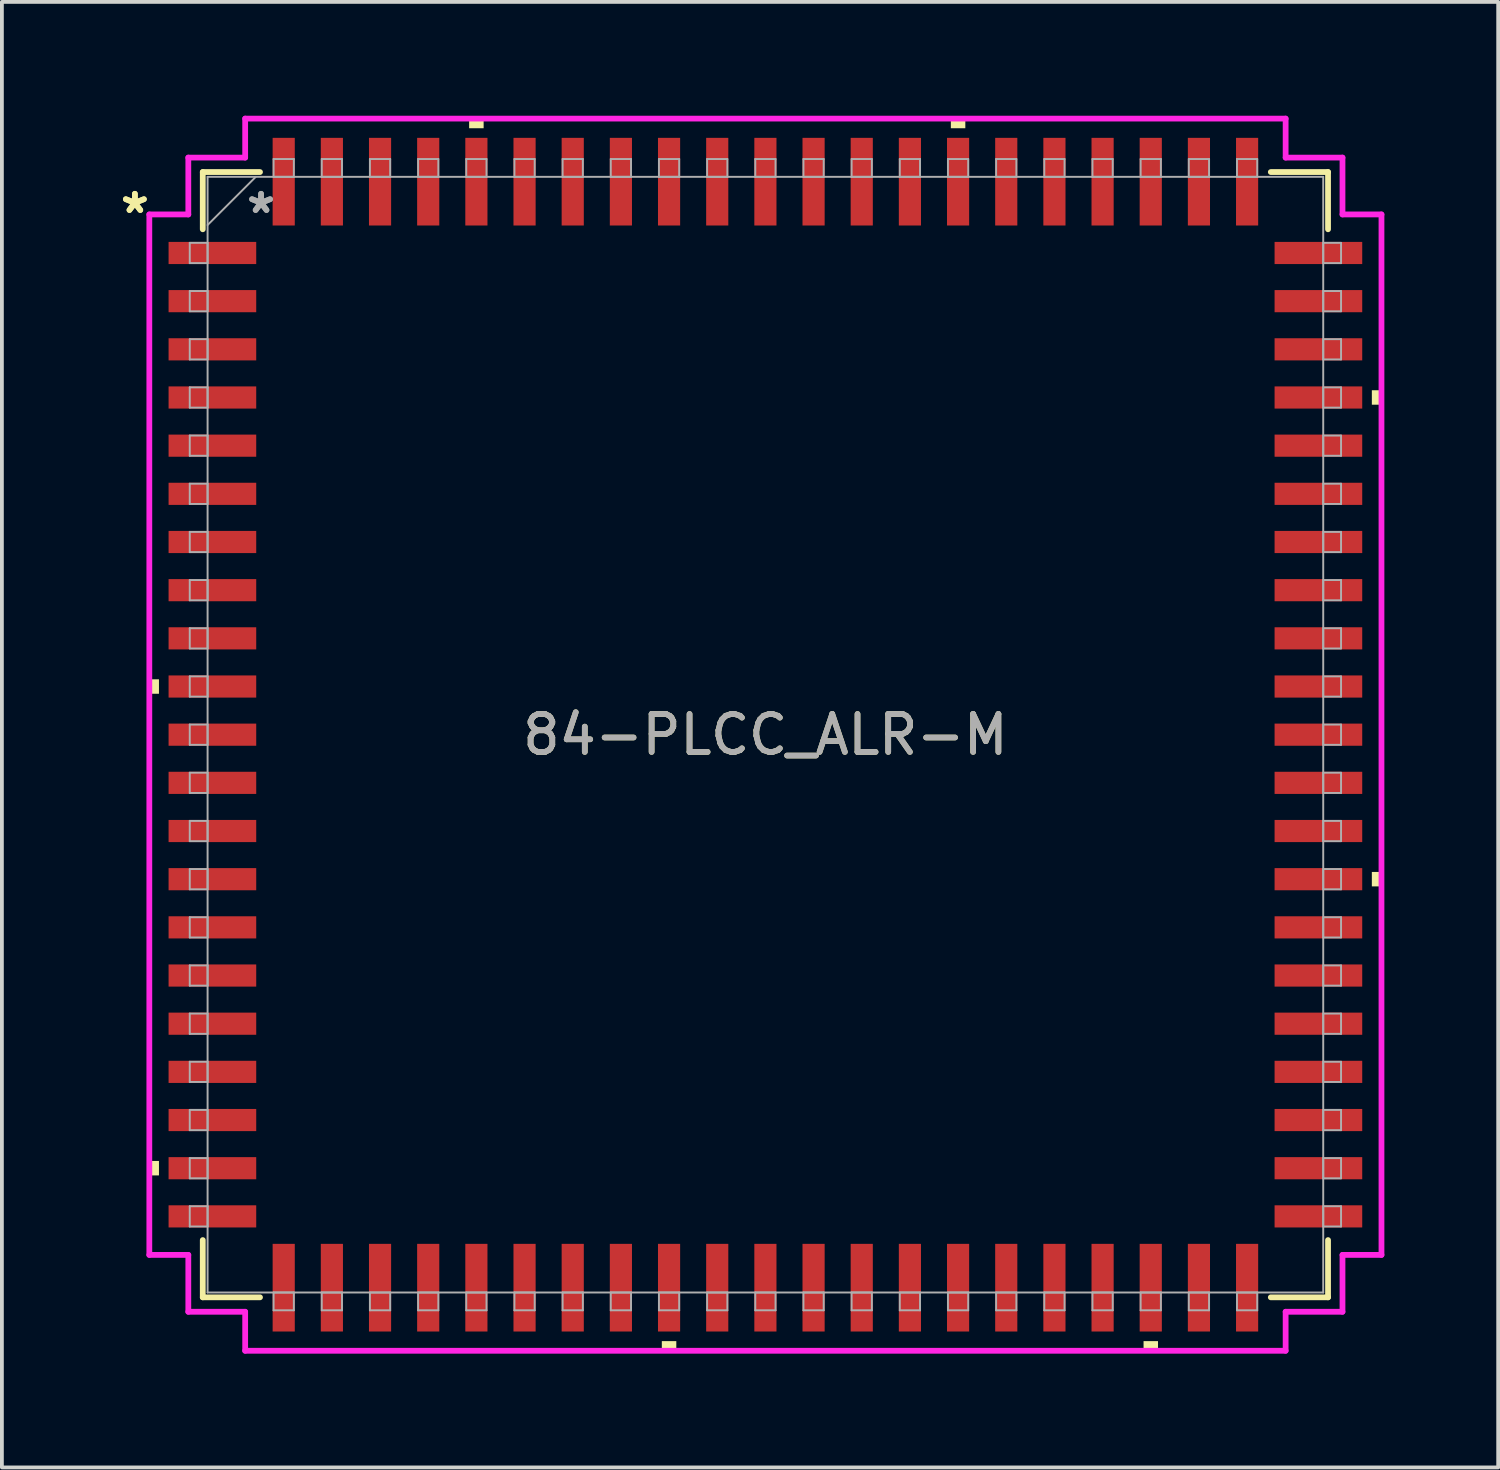
<source format=kicad_pcb>
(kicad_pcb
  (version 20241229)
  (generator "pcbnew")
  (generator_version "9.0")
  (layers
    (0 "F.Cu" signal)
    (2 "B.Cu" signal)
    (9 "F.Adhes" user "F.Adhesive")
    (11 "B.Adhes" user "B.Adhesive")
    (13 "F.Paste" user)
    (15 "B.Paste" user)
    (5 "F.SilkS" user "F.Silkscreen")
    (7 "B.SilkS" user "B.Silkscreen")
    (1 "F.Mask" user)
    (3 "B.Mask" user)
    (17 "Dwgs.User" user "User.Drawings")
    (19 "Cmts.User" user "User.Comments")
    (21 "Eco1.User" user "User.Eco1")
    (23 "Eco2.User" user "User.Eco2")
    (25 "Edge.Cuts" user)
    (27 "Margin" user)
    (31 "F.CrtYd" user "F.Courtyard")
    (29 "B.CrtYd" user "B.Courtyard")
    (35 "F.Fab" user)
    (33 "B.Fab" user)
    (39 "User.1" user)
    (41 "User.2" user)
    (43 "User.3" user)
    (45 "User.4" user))
  (footprint "84-PLCC_ALR-M"
    (layer "F.Cu")
    (at 17.13 16.32)
    (property "Reference" "84-PLCC_ALR-M" (at 0 0 0) (unlocked yes) (layer "F.SilkS") (effects (font (size 1 1) (thickness 0.15))))
    (attr smd)
    (fp_line (start -14.834 -14.834) (end -14.834 -13.325) (stroke (width 0.152) (type solid)) (layer "F.SilkS"))
    (fp_line (start -14.834 13.325) (end -14.834 14.834) (stroke (width 0.152) (type solid)) (layer "F.SilkS"))
    (fp_line (start -14.834 14.834) (end -13.325 14.834) (stroke (width 0.152) (type solid)) (layer "F.SilkS"))
    (fp_line (start -13.325 -14.834) (end -14.834 -14.834) (stroke (width 0.152) (type solid)) (layer "F.SilkS"))
    (fp_line (start 13.325 14.834) (end 14.834 14.834) (stroke (width 0.152) (type solid)) (layer "F.SilkS"))
    (fp_line (start 14.834 -14.834) (end 13.325 -14.834) (stroke (width 0.152) (type solid)) (layer "F.SilkS"))
    (fp_line (start 14.834 -13.325) (end 14.834 -14.834) (stroke (width 0.152) (type solid)) (layer "F.SilkS"))
    (fp_line (start 14.834 14.834) (end 14.834 13.325) (stroke (width 0.152) (type solid)) (layer "F.SilkS"))
    (fp_poly (pts (xy -16.243 -1.46) (xy -16.243 -1.079) (xy -15.989 -1.079) (xy -15.989 -1.46)) (stroke (width 0) (type solid)) (fill yes) (layer "F.SilkS"))
    (fp_poly (pts (xy -16.243 11.239) (xy -16.243 11.62) (xy -15.989 11.62) (xy -15.989 11.239)) (stroke (width 0) (type solid)) (fill yes) (layer "F.SilkS"))
    (fp_poly (pts (xy -7.811 -15.989) (xy -7.811 -16.243) (xy -7.429 -16.243) (xy -7.429 -15.989)) (stroke (width 0) (type solid)) (fill yes) (layer "F.SilkS"))
    (fp_poly (pts (xy -2.731 15.989) (xy -2.731 16.243) (xy -2.349 16.243) (xy -2.349 15.989)) (stroke (width 0) (type solid)) (fill yes) (layer "F.SilkS"))
    (fp_poly (pts (xy 4.889 -15.989) (xy 4.889 -16.243) (xy 5.271 -16.243) (xy 5.271 -15.989)) (stroke (width 0) (type solid)) (fill yes) (layer "F.SilkS"))
    (fp_poly (pts (xy 9.97 15.989) (xy 9.97 16.243) (xy 10.351 16.243) (xy 10.351 15.989)) (stroke (width 0) (type solid)) (fill yes) (layer "F.SilkS"))
    (fp_poly (pts (xy 16.243 -9.081) (xy 16.243 -8.7) (xy 15.989 -8.7) (xy 15.989 -9.081)) (stroke (width 0) (type solid)) (fill yes) (layer "F.SilkS"))
    (fp_poly (pts (xy 16.243 3.619) (xy 16.243 4) (xy 15.989 4) (xy 15.989 3.619)) (stroke (width 0) (type solid)) (fill yes) (layer "F.SilkS"))
    (fp_line (start -16.243 -13.716) (end -15.215 -13.716) (stroke (width 0.152) (type solid)) (layer "F.CrtYd"))
    (fp_line (start -16.243 13.716) (end -16.243 -13.716) (stroke (width 0.152) (type solid)) (layer "F.CrtYd"))
    (fp_line (start -16.243 13.716) (end -15.215 13.716) (stroke (width 0.152) (type solid)) (layer "F.CrtYd"))
    (fp_line (start -15.215 -15.215) (end -13.716 -15.215) (stroke (width 0.152) (type solid)) (layer "F.CrtYd"))
    (fp_line (start -15.215 -13.716) (end -15.215 -15.215) (stroke (width 0.152) (type solid)) (layer "F.CrtYd"))
    (fp_line (start -15.215 15.215) (end -15.215 13.716) (stroke (width 0.152) (type solid)) (layer "F.CrtYd"))
    (fp_line (start -13.716 -16.243) (end 13.716 -16.243) (stroke (width 0.152) (type solid)) (layer "F.CrtYd"))
    (fp_line (start -13.716 -15.215) (end -13.716 -16.243) (stroke (width 0.152) (type solid)) (layer "F.CrtYd"))
    (fp_line (start -13.716 15.215) (end -15.215 15.215) (stroke (width 0.152) (type solid)) (layer "F.CrtYd"))
    (fp_line (start -13.716 16.243) (end -13.716 15.215) (stroke (width 0.152) (type solid)) (layer "F.CrtYd"))
    (fp_line (start 13.716 -16.243) (end 13.716 -15.215) (stroke (width 0.152) (type solid)) (layer "F.CrtYd"))
    (fp_line (start 13.716 -15.215) (end 15.215 -15.215) (stroke (width 0.152) (type solid)) (layer "F.CrtYd"))
    (fp_line (start 13.716 15.215) (end 13.716 16.243) (stroke (width 0.152) (type solid)) (layer "F.CrtYd"))
    (fp_line (start 13.716 16.243) (end -13.716 16.243) (stroke (width 0.152) (type solid)) (layer "F.CrtYd"))
    (fp_line (start 15.215 -15.215) (end 15.215 -13.716) (stroke (width 0.152) (type solid)) (layer "F.CrtYd"))
    (fp_line (start 15.215 -13.716) (end 16.243 -13.716) (stroke (width 0.152) (type solid)) (layer "F.CrtYd"))
    (fp_line (start 15.215 13.716) (end 15.215 15.215) (stroke (width 0.152) (type solid)) (layer "F.CrtYd"))
    (fp_line (start 15.215 15.215) (end 13.716 15.215) (stroke (width 0.152) (type solid)) (layer "F.CrtYd"))
    (fp_line (start 16.243 -13.716) (end 16.243 13.716) (stroke (width 0.152) (type solid)) (layer "F.CrtYd"))
    (fp_line (start 16.243 13.716) (end 15.215 13.716) (stroke (width 0.152) (type solid)) (layer "F.CrtYd"))
    (fp_line (start -15.177 -12.967) (end -15.177 -12.433) (stroke (width 0.051) (type solid)) (layer "F.Fab"))
    (fp_line (start -15.177 -12.433) (end -14.707 -12.433) (stroke (width 0.051) (type solid)) (layer "F.Fab"))
    (fp_line (start -15.177 -11.697) (end -15.177 -11.163) (stroke (width 0.051) (type solid)) (layer "F.Fab"))
    (fp_line (start -15.177 -11.163) (end -14.707 -11.163) (stroke (width 0.051) (type solid)) (layer "F.Fab"))
    (fp_line (start -15.177 -10.427) (end -15.177 -9.893) (stroke (width 0.051) (type solid)) (layer "F.Fab"))
    (fp_line (start -15.177 -9.893) (end -14.707 -9.893) (stroke (width 0.051) (type solid)) (layer "F.Fab"))
    (fp_line (start -15.177 -9.157) (end -15.177 -8.623) (stroke (width 0.051) (type solid)) (layer "F.Fab"))
    (fp_line (start -15.177 -8.623) (end -14.707 -8.623) (stroke (width 0.051) (type solid)) (layer "F.Fab"))
    (fp_line (start -15.177 -7.887) (end -15.177 -7.353) (stroke (width 0.051) (type solid)) (layer "F.Fab"))
    (fp_line (start -15.177 -7.353) (end -14.707 -7.353) (stroke (width 0.051) (type solid)) (layer "F.Fab"))
    (fp_line (start -15.177 -6.617) (end -15.177 -6.083) (stroke (width 0.051) (type solid)) (layer "F.Fab"))
    (fp_line (start -15.177 -6.083) (end -14.707 -6.083) (stroke (width 0.051) (type solid)) (layer "F.Fab"))
    (fp_line (start -15.177 -5.347) (end -15.177 -4.813) (stroke (width 0.051) (type solid)) (layer "F.Fab"))
    (fp_line (start -15.177 -4.813) (end -14.707 -4.813) (stroke (width 0.051) (type solid)) (layer "F.Fab"))
    (fp_line (start -15.177 -4.077) (end -15.177 -3.543) (stroke (width 0.051) (type solid)) (layer "F.Fab"))
    (fp_line (start -15.177 -3.543) (end -14.707 -3.543) (stroke (width 0.051) (type solid)) (layer "F.Fab"))
    (fp_line (start -15.177 -2.807) (end -15.177 -2.273) (stroke (width 0.051) (type solid)) (layer "F.Fab"))
    (fp_line (start -15.177 -2.273) (end -14.707 -2.273) (stroke (width 0.051) (type solid)) (layer "F.Fab"))
    (fp_line (start -15.177 -1.537) (end -15.177 -1.003) (stroke (width 0.051) (type solid)) (layer "F.Fab"))
    (fp_line (start -15.177 -1.003) (end -14.707 -1.003) (stroke (width 0.051) (type solid)) (layer "F.Fab"))
    (fp_line (start -15.177 -0.267) (end -15.177 0.267) (stroke (width 0.051) (type solid)) (layer "F.Fab"))
    (fp_line (start -15.177 0.267) (end -14.707 0.267) (stroke (width 0.051) (type solid)) (layer "F.Fab"))
    (fp_line (start -15.177 1.003) (end -15.177 1.537) (stroke (width 0.051) (type solid)) (layer "F.Fab"))
    (fp_line (start -15.177 1.537) (end -14.707 1.537) (stroke (width 0.051) (type solid)) (layer "F.Fab"))
    (fp_line (start -15.177 2.273) (end -15.177 2.807) (stroke (width 0.051) (type solid)) (layer "F.Fab"))
    (fp_line (start -15.177 2.807) (end -14.707 2.807) (stroke (width 0.051) (type solid)) (layer "F.Fab"))
    (fp_line (start -15.177 3.543) (end -15.177 4.077) (stroke (width 0.051) (type solid)) (layer "F.Fab"))
    (fp_line (start -15.177 4.077) (end -14.707 4.077) (stroke (width 0.051) (type solid)) (layer "F.Fab"))
    (fp_line (start -15.177 4.813) (end -15.177 5.347) (stroke (width 0.051) (type solid)) (layer "F.Fab"))
    (fp_line (start -15.177 5.347) (end -14.707 5.347) (stroke (width 0.051) (type solid)) (layer "F.Fab"))
    (fp_line (start -15.177 6.083) (end -15.177 6.617) (stroke (width 0.051) (type solid)) (layer "F.Fab"))
    (fp_line (start -15.177 6.617) (end -14.707 6.617) (stroke (width 0.051) (type solid)) (layer "F.Fab"))
    (fp_line (start -15.177 7.353) (end -15.177 7.887) (stroke (width 0.051) (type solid)) (layer "F.Fab"))
    (fp_line (start -15.177 7.887) (end -14.707 7.887) (stroke (width 0.051) (type solid)) (layer "F.Fab"))
    (fp_line (start -15.177 8.623) (end -15.177 9.157) (stroke (width 0.051) (type solid)) (layer "F.Fab"))
    (fp_line (start -15.177 9.157) (end -14.707 9.157) (stroke (width 0.051) (type solid)) (layer "F.Fab"))
    (fp_line (start -15.177 9.893) (end -15.177 10.427) (stroke (width 0.051) (type solid)) (layer "F.Fab"))
    (fp_line (start -15.177 10.427) (end -14.707 10.427) (stroke (width 0.051) (type solid)) (layer "F.Fab"))
    (fp_line (start -15.177 11.163) (end -15.177 11.697) (stroke (width 0.051) (type solid)) (layer "F.Fab"))
    (fp_line (start -15.177 11.697) (end -14.707 11.697) (stroke (width 0.051) (type solid)) (layer "F.Fab"))
    (fp_line (start -15.177 12.433) (end -15.177 12.967) (stroke (width 0.051) (type solid)) (layer "F.Fab"))
    (fp_line (start -15.177 12.967) (end -14.707 12.967) (stroke (width 0.051) (type solid)) (layer "F.Fab"))
    (fp_line (start -14.707 -14.707) (end -14.707 14.707) (stroke (width 0.051) (type solid)) (layer "F.Fab"))
    (fp_line (start -14.707 -13.437) (end -13.437 -14.707) (stroke (width 0.051) (type solid)) (layer "F.Fab"))
    (fp_line (start -14.707 -12.967) (end -15.177 -12.967) (stroke (width 0.051) (type solid)) (layer "F.Fab"))
    (fp_line (start -14.707 -12.433) (end -14.707 -12.967) (stroke (width 0.051) (type solid)) (layer "F.Fab"))
    (fp_line (start -14.707 -11.697) (end -15.177 -11.697) (stroke (width 0.051) (type solid)) (layer "F.Fab"))
    (fp_line (start -14.707 -11.163) (end -14.707 -11.697) (stroke (width 0.051) (type solid)) (layer "F.Fab"))
    (fp_line (start -14.707 -10.427) (end -15.177 -10.427) (stroke (width 0.051) (type solid)) (layer "F.Fab"))
    (fp_line (start -14.707 -9.893) (end -14.707 -10.427) (stroke (width 0.051) (type solid)) (layer "F.Fab"))
    (fp_line (start -14.707 -9.157) (end -15.177 -9.157) (stroke (width 0.051) (type solid)) (layer "F.Fab"))
    (fp_line (start -14.707 -8.623) (end -14.707 -9.157) (stroke (width 0.051) (type solid)) (layer "F.Fab"))
    (fp_line (start -14.707 -7.887) (end -15.177 -7.887) (stroke (width 0.051) (type solid)) (layer "F.Fab"))
    (fp_line (start -14.707 -7.353) (end -14.707 -7.887) (stroke (width 0.051) (type solid)) (layer "F.Fab"))
    (fp_line (start -14.707 -6.617) (end -15.177 -6.617) (stroke (width 0.051) (type solid)) (layer "F.Fab"))
    (fp_line (start -14.707 -6.083) (end -14.707 -6.617) (stroke (width 0.051) (type solid)) (layer "F.Fab"))
    (fp_line (start -14.707 -5.347) (end -15.177 -5.347) (stroke (width 0.051) (type solid)) (layer "F.Fab"))
    (fp_line (start -14.707 -4.813) (end -14.707 -5.347) (stroke (width 0.051) (type solid)) (layer "F.Fab"))
    (fp_line (start -14.707 -4.077) (end -15.177 -4.077) (stroke (width 0.051) (type solid)) (layer "F.Fab"))
    (fp_line (start -14.707 -3.543) (end -14.707 -4.077) (stroke (width 0.051) (type solid)) (layer "F.Fab"))
    (fp_line (start -14.707 -2.807) (end -15.177 -2.807) (stroke (width 0.051) (type solid)) (layer "F.Fab"))
    (fp_line (start -14.707 -2.273) (end -14.707 -2.807) (stroke (width 0.051) (type solid)) (layer "F.Fab"))
    (fp_line (start -14.707 -1.537) (end -15.177 -1.537) (stroke (width 0.051) (type solid)) (layer "F.Fab"))
    (fp_line (start -14.707 -1.003) (end -14.707 -1.537) (stroke (width 0.051) (type solid)) (layer "F.Fab"))
    (fp_line (start -14.707 -0.267) (end -15.177 -0.267) (stroke (width 0.051) (type solid)) (layer "F.Fab"))
    (fp_line (start -14.707 0.267) (end -14.707 -0.267) (stroke (width 0.051) (type solid)) (layer "F.Fab"))
    (fp_line (start -14.707 1.003) (end -15.177 1.003) (stroke (width 0.051) (type solid)) (layer "F.Fab"))
    (fp_line (start -14.707 1.537) (end -14.707 1.003) (stroke (width 0.051) (type solid)) (layer "F.Fab"))
    (fp_line (start -14.707 2.273) (end -15.177 2.273) (stroke (width 0.051) (type solid)) (layer "F.Fab"))
    (fp_line (start -14.707 2.807) (end -14.707 2.273) (stroke (width 0.051) (type solid)) (layer "F.Fab"))
    (fp_line (start -14.707 3.543) (end -15.177 3.543) (stroke (width 0.051) (type solid)) (layer "F.Fab"))
    (fp_line (start -14.707 4.077) (end -14.707 3.543) (stroke (width 0.051) (type solid)) (layer "F.Fab"))
    (fp_line (start -14.707 4.813) (end -15.177 4.813) (stroke (width 0.051) (type solid)) (layer "F.Fab"))
    (fp_line (start -14.707 5.347) (end -14.707 4.813) (stroke (width 0.051) (type solid)) (layer "F.Fab"))
    (fp_line (start -14.707 6.083) (end -15.177 6.083) (stroke (width 0.051) (type solid)) (layer "F.Fab"))
    (fp_line (start -14.707 6.617) (end -14.707 6.083) (stroke (width 0.051) (type solid)) (layer "F.Fab"))
    (fp_line (start -14.707 7.353) (end -15.177 7.353) (stroke (width 0.051) (type solid)) (layer "F.Fab"))
    (fp_line (start -14.707 7.887) (end -14.707 7.353) (stroke (width 0.051) (type solid)) (layer "F.Fab"))
    (fp_line (start -14.707 8.623) (end -15.177 8.623) (stroke (width 0.051) (type solid)) (layer "F.Fab"))
    (fp_line (start -14.707 9.157) (end -14.707 8.623) (stroke (width 0.051) (type solid)) (layer "F.Fab"))
    (fp_line (start -14.707 9.893) (end -15.177 9.893) (stroke (width 0.051) (type solid)) (layer "F.Fab"))
    (fp_line (start -14.707 10.427) (end -14.707 9.893) (stroke (width 0.051) (type solid)) (layer "F.Fab"))
    (fp_line (start -14.707 11.163) (end -15.177 11.163) (stroke (width 0.051) (type solid)) (layer "F.Fab"))
    (fp_line (start -14.707 11.697) (end -14.707 11.163) (stroke (width 0.051) (type solid)) (layer "F.Fab"))
    (fp_line (start -14.707 12.433) (end -15.177 12.433) (stroke (width 0.051) (type solid)) (layer "F.Fab"))
    (fp_line (start -14.707 12.967) (end -14.707 12.433) (stroke (width 0.051) (type solid)) (layer "F.Fab"))
    (fp_line (start -14.707 14.707) (end 14.707 14.707) (stroke (width 0.051) (type solid)) (layer "F.Fab"))
    (fp_line (start -12.967 -15.177) (end -12.967 -14.707) (stroke (width 0.051) (type solid)) (layer "F.Fab"))
    (fp_line (start -12.967 -14.707) (end -12.433 -14.707) (stroke (width 0.051) (type solid)) (layer "F.Fab"))
    (fp_line (start -12.967 14.707) (end -12.967 15.177) (stroke (width 0.051) (type solid)) (layer "F.Fab"))
    (fp_line (start -12.967 15.177) (end -12.433 15.177) (stroke (width 0.051) (type solid)) (layer "F.Fab"))
    (fp_line (start -12.433 -15.177) (end -12.967 -15.177) (stroke (width 0.051) (type solid)) (layer "F.Fab"))
    (fp_line (start -12.433 -14.707) (end -12.433 -15.177) (stroke (width 0.051) (type solid)) (layer "F.Fab"))
    (fp_line (start -12.433 14.707) (end -12.967 14.707) (stroke (width 0.051) (type solid)) (layer "F.Fab"))
    (fp_line (start -12.433 15.177) (end -12.433 14.707) (stroke (width 0.051) (type solid)) (layer "F.Fab"))
    (fp_line (start -11.697 -15.177) (end -11.697 -14.707) (stroke (width 0.051) (type solid)) (layer "F.Fab"))
    (fp_line (start -11.697 -14.707) (end -11.163 -14.707) (stroke (width 0.051) (type solid)) (layer "F.Fab"))
    (fp_line (start -11.697 14.707) (end -11.697 15.177) (stroke (width 0.051) (type solid)) (layer "F.Fab"))
    (fp_line (start -11.697 15.177) (end -11.163 15.177) (stroke (width 0.051) (type solid)) (layer "F.Fab"))
    (fp_line (start -11.163 -15.177) (end -11.697 -15.177) (stroke (width 0.051) (type solid)) (layer "F.Fab"))
    (fp_line (start -11.163 -14.707) (end -11.163 -15.177) (stroke (width 0.051) (type solid)) (layer "F.Fab"))
    (fp_line (start -11.163 14.707) (end -11.697 14.707) (stroke (width 0.051) (type solid)) (layer "F.Fab"))
    (fp_line (start -11.163 15.177) (end -11.163 14.707) (stroke (width 0.051) (type solid)) (layer "F.Fab"))
    (fp_line (start -10.427 -15.177) (end -10.427 -14.707) (stroke (width 0.051) (type solid)) (layer "F.Fab"))
    (fp_line (start -10.427 -14.707) (end -9.893 -14.707) (stroke (width 0.051) (type solid)) (layer "F.Fab"))
    (fp_line (start -10.427 14.707) (end -10.427 15.177) (stroke (width 0.051) (type solid)) (layer "F.Fab"))
    (fp_line (start -10.427 15.177) (end -9.893 15.177) (stroke (width 0.051) (type solid)) (layer "F.Fab"))
    (fp_line (start -9.893 -15.177) (end -10.427 -15.177) (stroke (width 0.051) (type solid)) (layer "F.Fab"))
    (fp_line (start -9.893 -14.707) (end -9.893 -15.177) (stroke (width 0.051) (type solid)) (layer "F.Fab"))
    (fp_line (start -9.893 14.707) (end -10.427 14.707) (stroke (width 0.051) (type solid)) (layer "F.Fab"))
    (fp_line (start -9.893 15.177) (end -9.893 14.707) (stroke (width 0.051) (type solid)) (layer "F.Fab"))
    (fp_line (start -9.157 -15.177) (end -9.157 -14.707) (stroke (width 0.051) (type solid)) (layer "F.Fab"))
    (fp_line (start -9.157 -14.707) (end -8.623 -14.707) (stroke (width 0.051) (type solid)) (layer "F.Fab"))
    (fp_line (start -9.157 14.707) (end -9.157 15.177) (stroke (width 0.051) (type solid)) (layer "F.Fab"))
    (fp_line (start -9.157 15.177) (end -8.623 15.177) (stroke (width 0.051) (type solid)) (layer "F.Fab"))
    (fp_line (start -8.623 -15.177) (end -9.157 -15.177) (stroke (width 0.051) (type solid)) (layer "F.Fab"))
    (fp_line (start -8.623 -14.707) (end -8.623 -15.177) (stroke (width 0.051) (type solid)) (layer "F.Fab"))
    (fp_line (start -8.623 14.707) (end -9.157 14.707) (stroke (width 0.051) (type solid)) (layer "F.Fab"))
    (fp_line (start -8.623 15.177) (end -8.623 14.707) (stroke (width 0.051) (type solid)) (layer "F.Fab"))
    (fp_line (start -7.887 -15.177) (end -7.887 -14.707) (stroke (width 0.051) (type solid)) (layer "F.Fab"))
    (fp_line (start -7.887 -14.707) (end -7.353 -14.707) (stroke (width 0.051) (type solid)) (layer "F.Fab"))
    (fp_line (start -7.887 14.707) (end -7.887 15.177) (stroke (width 0.051) (type solid)) (layer "F.Fab"))
    (fp_line (start -7.887 15.177) (end -7.353 15.177) (stroke (width 0.051) (type solid)) (layer "F.Fab"))
    (fp_line (start -7.353 -15.177) (end -7.887 -15.177) (stroke (width 0.051) (type solid)) (layer "F.Fab"))
    (fp_line (start -7.353 -14.707) (end -7.353 -15.177) (stroke (width 0.051) (type solid)) (layer "F.Fab"))
    (fp_line (start -7.353 14.707) (end -7.887 14.707) (stroke (width 0.051) (type solid)) (layer "F.Fab"))
    (fp_line (start -7.353 15.177) (end -7.353 14.707) (stroke (width 0.051) (type solid)) (layer "F.Fab"))
    (fp_line (start -6.617 -15.177) (end -6.617 -14.707) (stroke (width 0.051) (type solid)) (layer "F.Fab"))
    (fp_line (start -6.617 -14.707) (end -6.083 -14.707) (stroke (width 0.051) (type solid)) (layer "F.Fab"))
    (fp_line (start -6.617 14.707) (end -6.617 15.177) (stroke (width 0.051) (type solid)) (layer "F.Fab"))
    (fp_line (start -6.617 15.177) (end -6.083 15.177) (stroke (width 0.051) (type solid)) (layer "F.Fab"))
    (fp_line (start -6.083 -15.177) (end -6.617 -15.177) (stroke (width 0.051) (type solid)) (layer "F.Fab"))
    (fp_line (start -6.083 -14.707) (end -6.083 -15.177) (stroke (width 0.051) (type solid)) (layer "F.Fab"))
    (fp_line (start -6.083 14.707) (end -6.617 14.707) (stroke (width 0.051) (type solid)) (layer "F.Fab"))
    (fp_line (start -6.083 15.177) (end -6.083 14.707) (stroke (width 0.051) (type solid)) (layer "F.Fab"))
    (fp_line (start -5.347 -15.177) (end -5.347 -14.707) (stroke (width 0.051) (type solid)) (layer "F.Fab"))
    (fp_line (start -5.347 -14.707) (end -4.813 -14.707) (stroke (width 0.051) (type solid)) (layer "F.Fab"))
    (fp_line (start -5.347 14.707) (end -5.347 15.177) (stroke (width 0.051) (type solid)) (layer "F.Fab"))
    (fp_line (start -5.347 15.177) (end -4.813 15.177) (stroke (width 0.051) (type solid)) (layer "F.Fab"))
    (fp_line (start -4.813 -15.177) (end -5.347 -15.177) (stroke (width 0.051) (type solid)) (layer "F.Fab"))
    (fp_line (start -4.813 -14.707) (end -4.813 -15.177) (stroke (width 0.051) (type solid)) (layer "F.Fab"))
    (fp_line (start -4.813 14.707) (end -5.347 14.707) (stroke (width 0.051) (type solid)) (layer "F.Fab"))
    (fp_line (start -4.813 15.177) (end -4.813 14.707) (stroke (width 0.051) (type solid)) (layer "F.Fab"))
    (fp_line (start -4.077 -15.177) (end -4.077 -14.707) (stroke (width 0.051) (type solid)) (layer "F.Fab"))
    (fp_line (start -4.077 -14.707) (end -3.543 -14.707) (stroke (width 0.051) (type solid)) (layer "F.Fab"))
    (fp_line (start -4.077 14.707) (end -4.077 15.177) (stroke (width 0.051) (type solid)) (layer "F.Fab"))
    (fp_line (start -4.077 15.177) (end -3.543 15.177) (stroke (width 0.051) (type solid)) (layer "F.Fab"))
    (fp_line (start -3.543 -15.177) (end -4.077 -15.177) (stroke (width 0.051) (type solid)) (layer "F.Fab"))
    (fp_line (start -3.543 -14.707) (end -3.543 -15.177) (stroke (width 0.051) (type solid)) (layer "F.Fab"))
    (fp_line (start -3.543 14.707) (end -4.077 14.707) (stroke (width 0.051) (type solid)) (layer "F.Fab"))
    (fp_line (start -3.543 15.177) (end -3.543 14.707) (stroke (width 0.051) (type solid)) (layer "F.Fab"))
    (fp_line (start -2.807 -15.177) (end -2.807 -14.707) (stroke (width 0.051) (type solid)) (layer "F.Fab"))
    (fp_line (start -2.807 -14.707) (end -2.273 -14.707) (stroke (width 0.051) (type solid)) (layer "F.Fab"))
    (fp_line (start -2.807 14.707) (end -2.807 15.177) (stroke (width 0.051) (type solid)) (layer "F.Fab"))
    (fp_line (start -2.807 15.177) (end -2.273 15.177) (stroke (width 0.051) (type solid)) (layer "F.Fab"))
    (fp_line (start -2.273 -15.177) (end -2.807 -15.177) (stroke (width 0.051) (type solid)) (layer "F.Fab"))
    (fp_line (start -2.273 -14.707) (end -2.273 -15.177) (stroke (width 0.051) (type solid)) (layer "F.Fab"))
    (fp_line (start -2.273 14.707) (end -2.807 14.707) (stroke (width 0.051) (type solid)) (layer "F.Fab"))
    (fp_line (start -2.273 15.177) (end -2.273 14.707) (stroke (width 0.051) (type solid)) (layer "F.Fab"))
    (fp_line (start -1.537 -15.177) (end -1.537 -14.707) (stroke (width 0.051) (type solid)) (layer "F.Fab"))
    (fp_line (start -1.537 -14.707) (end -1.003 -14.707) (stroke (width 0.051) (type solid)) (layer "F.Fab"))
    (fp_line (start -1.537 14.707) (end -1.537 15.177) (stroke (width 0.051) (type solid)) (layer "F.Fab"))
    (fp_line (start -1.537 15.177) (end -1.003 15.177) (stroke (width 0.051) (type solid)) (layer "F.Fab"))
    (fp_line (start -1.003 -15.177) (end -1.537 -15.177) (stroke (width 0.051) (type solid)) (layer "F.Fab"))
    (fp_line (start -1.003 -14.707) (end -1.003 -15.177) (stroke (width 0.051) (type solid)) (layer "F.Fab"))
    (fp_line (start -1.003 14.707) (end -1.537 14.707) (stroke (width 0.051) (type solid)) (layer "F.Fab"))
    (fp_line (start -1.003 15.177) (end -1.003 14.707) (stroke (width 0.051) (type solid)) (layer "F.Fab"))
    (fp_line (start -0.267 -15.177) (end -0.267 -14.707) (stroke (width 0.051) (type solid)) (layer "F.Fab"))
    (fp_line (start -0.267 -14.707) (end 0.267 -14.707) (stroke (width 0.051) (type solid)) (layer "F.Fab"))
    (fp_line (start -0.267 14.707) (end -0.267 15.177) (stroke (width 0.051) (type solid)) (layer "F.Fab"))
    (fp_line (start -0.267 15.177) (end 0.267 15.177) (stroke (width 0.051) (type solid)) (layer "F.Fab"))
    (fp_line (start 0.267 -15.177) (end -0.267 -15.177) (stroke (width 0.051) (type solid)) (layer "F.Fab"))
    (fp_line (start 0.267 -14.707) (end 0.267 -15.177) (stroke (width 0.051) (type solid)) (layer "F.Fab"))
    (fp_line (start 0.267 14.707) (end -0.267 14.707) (stroke (width 0.051) (type solid)) (layer "F.Fab"))
    (fp_line (start 0.267 15.177) (end 0.267 14.707) (stroke (width 0.051) (type solid)) (layer "F.Fab"))
    (fp_line (start 1.003 -15.177) (end 1.003 -14.707) (stroke (width 0.051) (type solid)) (layer "F.Fab"))
    (fp_line (start 1.003 -14.707) (end 1.537 -14.707) (stroke (width 0.051) (type solid)) (layer "F.Fab"))
    (fp_line (start 1.003 14.707) (end 1.003 15.177) (stroke (width 0.051) (type solid)) (layer "F.Fab"))
    (fp_line (start 1.003 15.177) (end 1.537 15.177) (stroke (width 0.051) (type solid)) (layer "F.Fab"))
    (fp_line (start 1.537 -15.177) (end 1.003 -15.177) (stroke (width 0.051) (type solid)) (layer "F.Fab"))
    (fp_line (start 1.537 -14.707) (end 1.537 -15.177) (stroke (width 0.051) (type solid)) (layer "F.Fab"))
    (fp_line (start 1.537 14.707) (end 1.003 14.707) (stroke (width 0.051) (type solid)) (layer "F.Fab"))
    (fp_line (start 1.537 15.177) (end 1.537 14.707) (stroke (width 0.051) (type solid)) (layer "F.Fab"))
    (fp_line (start 2.273 -15.177) (end 2.273 -14.707) (stroke (width 0.051) (type solid)) (layer "F.Fab"))
    (fp_line (start 2.273 -14.707) (end 2.807 -14.707) (stroke (width 0.051) (type solid)) (layer "F.Fab"))
    (fp_line (start 2.273 14.707) (end 2.273 15.177) (stroke (width 0.051) (type solid)) (layer "F.Fab"))
    (fp_line (start 2.273 15.177) (end 2.807 15.177) (stroke (width 0.051) (type solid)) (layer "F.Fab"))
    (fp_line (start 2.807 -15.177) (end 2.273 -15.177) (stroke (width 0.051) (type solid)) (layer "F.Fab"))
    (fp_line (start 2.807 -14.707) (end 2.807 -15.177) (stroke (width 0.051) (type solid)) (layer "F.Fab"))
    (fp_line (start 2.807 14.707) (end 2.273 14.707) (stroke (width 0.051) (type solid)) (layer "F.Fab"))
    (fp_line (start 2.807 15.177) (end 2.807 14.707) (stroke (width 0.051) (type solid)) (layer "F.Fab"))
    (fp_line (start 3.543 -15.177) (end 3.543 -14.707) (stroke (width 0.051) (type solid)) (layer "F.Fab"))
    (fp_line (start 3.543 -14.707) (end 4.077 -14.707) (stroke (width 0.051) (type solid)) (layer "F.Fab"))
    (fp_line (start 3.543 14.707) (end 3.543 15.177) (stroke (width 0.051) (type solid)) (layer "F.Fab"))
    (fp_line (start 3.543 15.177) (end 4.077 15.177) (stroke (width 0.051) (type solid)) (layer "F.Fab"))
    (fp_line (start 4.077 -15.177) (end 3.543 -15.177) (stroke (width 0.051) (type solid)) (layer "F.Fab"))
    (fp_line (start 4.077 -14.707) (end 4.077 -15.177) (stroke (width 0.051) (type solid)) (layer "F.Fab"))
    (fp_line (start 4.077 14.707) (end 3.543 14.707) (stroke (width 0.051) (type solid)) (layer "F.Fab"))
    (fp_line (start 4.077 15.177) (end 4.077 14.707) (stroke (width 0.051) (type solid)) (layer "F.Fab"))
    (fp_line (start 4.813 -15.177) (end 4.813 -14.707) (stroke (width 0.051) (type solid)) (layer "F.Fab"))
    (fp_line (start 4.813 -14.707) (end 5.347 -14.707) (stroke (width 0.051) (type solid)) (layer "F.Fab"))
    (fp_line (start 4.813 14.707) (end 4.813 15.177) (stroke (width 0.051) (type solid)) (layer "F.Fab"))
    (fp_line (start 4.813 15.177) (end 5.347 15.177) (stroke (width 0.051) (type solid)) (layer "F.Fab"))
    (fp_line (start 5.347 -15.177) (end 4.813 -15.177) (stroke (width 0.051) (type solid)) (layer "F.Fab"))
    (fp_line (start 5.347 -14.707) (end 5.347 -15.177) (stroke (width 0.051) (type solid)) (layer "F.Fab"))
    (fp_line (start 5.347 14.707) (end 4.813 14.707) (stroke (width 0.051) (type solid)) (layer "F.Fab"))
    (fp_line (start 5.347 15.177) (end 5.347 14.707) (stroke (width 0.051) (type solid)) (layer "F.Fab"))
    (fp_line (start 6.083 -15.177) (end 6.083 -14.707) (stroke (width 0.051) (type solid)) (layer "F.Fab"))
    (fp_line (start 6.083 -14.707) (end 6.617 -14.707) (stroke (width 0.051) (type solid)) (layer "F.Fab"))
    (fp_line (start 6.083 14.707) (end 6.083 15.177) (stroke (width 0.051) (type solid)) (layer "F.Fab"))
    (fp_line (start 6.083 15.177) (end 6.617 15.177) (stroke (width 0.051) (type solid)) (layer "F.Fab"))
    (fp_line (start 6.617 -15.177) (end 6.083 -15.177) (stroke (width 0.051) (type solid)) (layer "F.Fab"))
    (fp_line (start 6.617 -14.707) (end 6.617 -15.177) (stroke (width 0.051) (type solid)) (layer "F.Fab"))
    (fp_line (start 6.617 14.707) (end 6.083 14.707) (stroke (width 0.051) (type solid)) (layer "F.Fab"))
    (fp_line (start 6.617 15.177) (end 6.617 14.707) (stroke (width 0.051) (type solid)) (layer "F.Fab"))
    (fp_line (start 7.353 -15.177) (end 7.353 -14.707) (stroke (width 0.051) (type solid)) (layer "F.Fab"))
    (fp_line (start 7.353 -14.707) (end 7.887 -14.707) (stroke (width 0.051) (type solid)) (layer "F.Fab"))
    (fp_line (start 7.353 14.707) (end 7.353 15.177) (stroke (width 0.051) (type solid)) (layer "F.Fab"))
    (fp_line (start 7.353 15.177) (end 7.887 15.177) (stroke (width 0.051) (type solid)) (layer "F.Fab"))
    (fp_line (start 7.887 -15.177) (end 7.353 -15.177) (stroke (width 0.051) (type solid)) (layer "F.Fab"))
    (fp_line (start 7.887 -14.707) (end 7.887 -15.177) (stroke (width 0.051) (type solid)) (layer "F.Fab"))
    (fp_line (start 7.887 14.707) (end 7.353 14.707) (stroke (width 0.051) (type solid)) (layer "F.Fab"))
    (fp_line (start 7.887 15.177) (end 7.887 14.707) (stroke (width 0.051) (type solid)) (layer "F.Fab"))
    (fp_line (start 8.623 -15.177) (end 8.623 -14.707) (stroke (width 0.051) (type solid)) (layer "F.Fab"))
    (fp_line (start 8.623 -14.707) (end 9.157 -14.707) (stroke (width 0.051) (type solid)) (layer "F.Fab"))
    (fp_line (start 8.623 14.707) (end 8.623 15.177) (stroke (width 0.051) (type solid)) (layer "F.Fab"))
    (fp_line (start 8.623 15.177) (end 9.157 15.177) (stroke (width 0.051) (type solid)) (layer "F.Fab"))
    (fp_line (start 9.157 -15.177) (end 8.623 -15.177) (stroke (width 0.051) (type solid)) (layer "F.Fab"))
    (fp_line (start 9.157 -14.707) (end 9.157 -15.177) (stroke (width 0.051) (type solid)) (layer "F.Fab"))
    (fp_line (start 9.157 14.707) (end 8.623 14.707) (stroke (width 0.051) (type solid)) (layer "F.Fab"))
    (fp_line (start 9.157 15.177) (end 9.157 14.707) (stroke (width 0.051) (type solid)) (layer "F.Fab"))
    (fp_line (start 9.893 -15.177) (end 9.893 -14.707) (stroke (width 0.051) (type solid)) (layer "F.Fab"))
    (fp_line (start 9.893 -14.707) (end 10.427 -14.707) (stroke (width 0.051) (type solid)) (layer "F.Fab"))
    (fp_line (start 9.893 14.707) (end 9.893 15.177) (stroke (width 0.051) (type solid)) (layer "F.Fab"))
    (fp_line (start 9.893 15.177) (end 10.427 15.177) (stroke (width 0.051) (type solid)) (layer "F.Fab"))
    (fp_line (start 10.427 -15.177) (end 9.893 -15.177) (stroke (width 0.051) (type solid)) (layer "F.Fab"))
    (fp_line (start 10.427 -14.707) (end 10.427 -15.177) (stroke (width 0.051) (type solid)) (layer "F.Fab"))
    (fp_line (start 10.427 14.707) (end 9.893 14.707) (stroke (width 0.051) (type solid)) (layer "F.Fab"))
    (fp_line (start 10.427 15.177) (end 10.427 14.707) (stroke (width 0.051) (type solid)) (layer "F.Fab"))
    (fp_line (start 11.163 -15.177) (end 11.163 -14.707) (stroke (width 0.051) (type solid)) (layer "F.Fab"))
    (fp_line (start 11.163 -14.707) (end 11.697 -14.707) (stroke (width 0.051) (type solid)) (layer "F.Fab"))
    (fp_line (start 11.163 14.707) (end 11.163 15.177) (stroke (width 0.051) (type solid)) (layer "F.Fab"))
    (fp_line (start 11.163 15.177) (end 11.697 15.177) (stroke (width 0.051) (type solid)) (layer "F.Fab"))
    (fp_line (start 11.697 -15.177) (end 11.163 -15.177) (stroke (width 0.051) (type solid)) (layer "F.Fab"))
    (fp_line (start 11.697 -14.707) (end 11.697 -15.177) (stroke (width 0.051) (type solid)) (layer "F.Fab"))
    (fp_line (start 11.697 14.707) (end 11.163 14.707) (stroke (width 0.051) (type solid)) (layer "F.Fab"))
    (fp_line (start 11.697 15.177) (end 11.697 14.707) (stroke (width 0.051) (type solid)) (layer "F.Fab"))
    (fp_line (start 12.433 -15.177) (end 12.433 -14.707) (stroke (width 0.051) (type solid)) (layer "F.Fab"))
    (fp_line (start 12.433 -14.707) (end 12.967 -14.707) (stroke (width 0.051) (type solid)) (layer "F.Fab"))
    (fp_line (start 12.433 14.707) (end 12.433 15.177) (stroke (width 0.051) (type solid)) (layer "F.Fab"))
    (fp_line (start 12.433 15.177) (end 12.967 15.177) (stroke (width 0.051) (type solid)) (layer "F.Fab"))
    (fp_line (start 12.967 -15.177) (end 12.433 -15.177) (stroke (width 0.051) (type solid)) (layer "F.Fab"))
    (fp_line (start 12.967 -14.707) (end 12.967 -15.177) (stroke (width 0.051) (type solid)) (layer "F.Fab"))
    (fp_line (start 12.967 14.707) (end 12.433 14.707) (stroke (width 0.051) (type solid)) (layer "F.Fab"))
    (fp_line (start 12.967 15.177) (end 12.967 14.707) (stroke (width 0.051) (type solid)) (layer "F.Fab"))
    (fp_line (start 14.707 -14.707) (end -14.707 -14.707) (stroke (width 0.051) (type solid)) (layer "F.Fab"))
    (fp_line (start 14.707 -12.967) (end 14.707 -12.433) (stroke (width 0.051) (type solid)) (layer "F.Fab"))
    (fp_line (start 14.707 -12.433) (end 15.177 -12.433) (stroke (width 0.051) (type solid)) (layer "F.Fab"))
    (fp_line (start 14.707 -11.697) (end 14.707 -11.163) (stroke (width 0.051) (type solid)) (layer "F.Fab"))
    (fp_line (start 14.707 -11.163) (end 15.177 -11.163) (stroke (width 0.051) (type solid)) (layer "F.Fab"))
    (fp_line (start 14.707 -10.427) (end 14.707 -9.893) (stroke (width 0.051) (type solid)) (layer "F.Fab"))
    (fp_line (start 14.707 -9.893) (end 15.177 -9.893) (stroke (width 0.051) (type solid)) (layer "F.Fab"))
    (fp_line (start 14.707 -9.157) (end 14.707 -8.623) (stroke (width 0.051) (type solid)) (layer "F.Fab"))
    (fp_line (start 14.707 -8.623) (end 15.177 -8.623) (stroke (width 0.051) (type solid)) (layer "F.Fab"))
    (fp_line (start 14.707 -7.887) (end 14.707 -7.353) (stroke (width 0.051) (type solid)) (layer "F.Fab"))
    (fp_line (start 14.707 -7.353) (end 15.177 -7.353) (stroke (width 0.051) (type solid)) (layer "F.Fab"))
    (fp_line (start 14.707 -6.617) (end 14.707 -6.083) (stroke (width 0.051) (type solid)) (layer "F.Fab"))
    (fp_line (start 14.707 -6.083) (end 15.177 -6.083) (stroke (width 0.051) (type solid)) (layer "F.Fab"))
    (fp_line (start 14.707 -5.347) (end 14.707 -4.813) (stroke (width 0.051) (type solid)) (layer "F.Fab"))
    (fp_line (start 14.707 -4.813) (end 15.177 -4.813) (stroke (width 0.051) (type solid)) (layer "F.Fab"))
    (fp_line (start 14.707 -4.077) (end 14.707 -3.543) (stroke (width 0.051) (type solid)) (layer "F.Fab"))
    (fp_line (start 14.707 -3.543) (end 15.177 -3.543) (stroke (width 0.051) (type solid)) (layer "F.Fab"))
    (fp_line (start 14.707 -2.807) (end 14.707 -2.273) (stroke (width 0.051) (type solid)) (layer "F.Fab"))
    (fp_line (start 14.707 -2.273) (end 15.177 -2.273) (stroke (width 0.051) (type solid)) (layer "F.Fab"))
    (fp_line (start 14.707 -1.537) (end 14.707 -1.003) (stroke (width 0.051) (type solid)) (layer "F.Fab"))
    (fp_line (start 14.707 -1.003) (end 15.177 -1.003) (stroke (width 0.051) (type solid)) (layer "F.Fab"))
    (fp_line (start 14.707 -0.267) (end 14.707 0.267) (stroke (width 0.051) (type solid)) (layer "F.Fab"))
    (fp_line (start 14.707 0.267) (end 15.177 0.267) (stroke (width 0.051) (type solid)) (layer "F.Fab"))
    (fp_line (start 14.707 1.003) (end 14.707 1.537) (stroke (width 0.051) (type solid)) (layer "F.Fab"))
    (fp_line (start 14.707 1.537) (end 15.177 1.537) (stroke (width 0.051) (type solid)) (layer "F.Fab"))
    (fp_line (start 14.707 2.273) (end 14.707 2.807) (stroke (width 0.051) (type solid)) (layer "F.Fab"))
    (fp_line (start 14.707 2.807) (end 15.177 2.807) (stroke (width 0.051) (type solid)) (layer "F.Fab"))
    (fp_line (start 14.707 3.543) (end 14.707 4.077) (stroke (width 0.051) (type solid)) (layer "F.Fab"))
    (fp_line (start 14.707 4.077) (end 15.177 4.077) (stroke (width 0.051) (type solid)) (layer "F.Fab"))
    (fp_line (start 14.707 4.813) (end 14.707 5.347) (stroke (width 0.051) (type solid)) (layer "F.Fab"))
    (fp_line (start 14.707 5.347) (end 15.177 5.347) (stroke (width 0.051) (type solid)) (layer "F.Fab"))
    (fp_line (start 14.707 6.083) (end 14.707 6.617) (stroke (width 0.051) (type solid)) (layer "F.Fab"))
    (fp_line (start 14.707 6.617) (end 15.177 6.617) (stroke (width 0.051) (type solid)) (layer "F.Fab"))
    (fp_line (start 14.707 7.353) (end 14.707 7.887) (stroke (width 0.051) (type solid)) (layer "F.Fab"))
    (fp_line (start 14.707 7.887) (end 15.177 7.887) (stroke (width 0.051) (type solid)) (layer "F.Fab"))
    (fp_line (start 14.707 8.623) (end 14.707 9.157) (stroke (width 0.051) (type solid)) (layer "F.Fab"))
    (fp_line (start 14.707 9.157) (end 15.177 9.157) (stroke (width 0.051) (type solid)) (layer "F.Fab"))
    (fp_line (start 14.707 9.893) (end 14.707 10.427) (stroke (width 0.051) (type solid)) (layer "F.Fab"))
    (fp_line (start 14.707 10.427) (end 15.177 10.427) (stroke (width 0.051) (type solid)) (layer "F.Fab"))
    (fp_line (start 14.707 11.163) (end 14.707 11.697) (stroke (width 0.051) (type solid)) (layer "F.Fab"))
    (fp_line (start 14.707 11.697) (end 15.177 11.697) (stroke (width 0.051) (type solid)) (layer "F.Fab"))
    (fp_line (start 14.707 12.433) (end 14.707 12.967) (stroke (width 0.051) (type solid)) (layer "F.Fab"))
    (fp_line (start 14.707 12.967) (end 15.177 12.967) (stroke (width 0.051) (type solid)) (layer "F.Fab"))
    (fp_line (start 14.707 14.707) (end 14.707 -14.707) (stroke (width 0.051) (type solid)) (layer "F.Fab"))
    (fp_line (start 15.177 -12.967) (end 14.707 -12.967) (stroke (width 0.051) (type solid)) (layer "F.Fab"))
    (fp_line (start 15.177 -12.433) (end 15.177 -12.967) (stroke (width 0.051) (type solid)) (layer "F.Fab"))
    (fp_line (start 15.177 -11.697) (end 14.707 -11.697) (stroke (width 0.051) (type solid)) (layer "F.Fab"))
    (fp_line (start 15.177 -11.163) (end 15.177 -11.697) (stroke (width 0.051) (type solid)) (layer "F.Fab"))
    (fp_line (start 15.177 -10.427) (end 14.707 -10.427) (stroke (width 0.051) (type solid)) (layer "F.Fab"))
    (fp_line (start 15.177 -9.893) (end 15.177 -10.427) (stroke (width 0.051) (type solid)) (layer "F.Fab"))
    (fp_line (start 15.177 -9.157) (end 14.707 -9.157) (stroke (width 0.051) (type solid)) (layer "F.Fab"))
    (fp_line (start 15.177 -8.623) (end 15.177 -9.157) (stroke (width 0.051) (type solid)) (layer "F.Fab"))
    (fp_line (start 15.177 -7.887) (end 14.707 -7.887) (stroke (width 0.051) (type solid)) (layer "F.Fab"))
    (fp_line (start 15.177 -7.353) (end 15.177 -7.887) (stroke (width 0.051) (type solid)) (layer "F.Fab"))
    (fp_line (start 15.177 -6.617) (end 14.707 -6.617) (stroke (width 0.051) (type solid)) (layer "F.Fab"))
    (fp_line (start 15.177 -6.083) (end 15.177 -6.617) (stroke (width 0.051) (type solid)) (layer "F.Fab"))
    (fp_line (start 15.177 -5.347) (end 14.707 -5.347) (stroke (width 0.051) (type solid)) (layer "F.Fab"))
    (fp_line (start 15.177 -4.813) (end 15.177 -5.347) (stroke (width 0.051) (type solid)) (layer "F.Fab"))
    (fp_line (start 15.177 -4.077) (end 14.707 -4.077) (stroke (width 0.051) (type solid)) (layer "F.Fab"))
    (fp_line (start 15.177 -3.543) (end 15.177 -4.077) (stroke (width 0.051) (type solid)) (layer "F.Fab"))
    (fp_line (start 15.177 -2.807) (end 14.707 -2.807) (stroke (width 0.051) (type solid)) (layer "F.Fab"))
    (fp_line (start 15.177 -2.273) (end 15.177 -2.807) (stroke (width 0.051) (type solid)) (layer "F.Fab"))
    (fp_line (start 15.177 -1.537) (end 14.707 -1.537) (stroke (width 0.051) (type solid)) (layer "F.Fab"))
    (fp_line (start 15.177 -1.003) (end 15.177 -1.537) (stroke (width 0.051) (type solid)) (layer "F.Fab"))
    (fp_line (start 15.177 -0.267) (end 14.707 -0.267) (stroke (width 0.051) (type solid)) (layer "F.Fab"))
    (fp_line (start 15.177 0.267) (end 15.177 -0.267) (stroke (width 0.051) (type solid)) (layer "F.Fab"))
    (fp_line (start 15.177 1.003) (end 14.707 1.003) (stroke (width 0.051) (type solid)) (layer "F.Fab"))
    (fp_line (start 15.177 1.537) (end 15.177 1.003) (stroke (width 0.051) (type solid)) (layer "F.Fab"))
    (fp_line (start 15.177 2.273) (end 14.707 2.273) (stroke (width 0.051) (type solid)) (layer "F.Fab"))
    (fp_line (start 15.177 2.807) (end 15.177 2.273) (stroke (width 0.051) (type solid)) (layer "F.Fab"))
    (fp_line (start 15.177 3.543) (end 14.707 3.543) (stroke (width 0.051) (type solid)) (layer "F.Fab"))
    (fp_line (start 15.177 4.077) (end 15.177 3.543) (stroke (width 0.051) (type solid)) (layer "F.Fab"))
    (fp_line (start 15.177 4.813) (end 14.707 4.813) (stroke (width 0.051) (type solid)) (layer "F.Fab"))
    (fp_line (start 15.177 5.347) (end 15.177 4.813) (stroke (width 0.051) (type solid)) (layer "F.Fab"))
    (fp_line (start 15.177 6.083) (end 14.707 6.083) (stroke (width 0.051) (type solid)) (layer "F.Fab"))
    (fp_line (start 15.177 6.617) (end 15.177 6.083) (stroke (width 0.051) (type solid)) (layer "F.Fab"))
    (fp_line (start 15.177 7.353) (end 14.707 7.353) (stroke (width 0.051) (type solid)) (layer "F.Fab"))
    (fp_line (start 15.177 7.887) (end 15.177 7.353) (stroke (width 0.051) (type solid)) (layer "F.Fab"))
    (fp_line (start 15.177 8.623) (end 14.707 8.623) (stroke (width 0.051) (type solid)) (layer "F.Fab"))
    (fp_line (start 15.177 9.157) (end 15.177 8.623) (stroke (width 0.051) (type solid)) (layer "F.Fab"))
    (fp_line (start 15.177 9.893) (end 14.707 9.893) (stroke (width 0.051) (type solid)) (layer "F.Fab"))
    (fp_line (start 15.177 10.427) (end 15.177 9.893) (stroke (width 0.051) (type solid)) (layer "F.Fab"))
    (fp_line (start 15.177 11.163) (end 14.707 11.163) (stroke (width 0.051) (type solid)) (layer "F.Fab"))
    (fp_line (start 15.177 11.697) (end 15.177 11.163) (stroke (width 0.051) (type solid)) (layer "F.Fab"))
    (fp_line (start 15.177 12.433) (end 14.707 12.433) (stroke (width 0.051) (type solid)) (layer "F.Fab"))
    (fp_line (start 15.177 12.967) (end 15.177 12.433) (stroke (width 0.051) (type solid)) (layer "F.Fab"))
    (fp_text user "*" (at -16.624 -13.716 0) (layer "F.SilkS") (effects (font (size 1 1) (thickness 0.15))))
    (fp_text user "*" (at -16.624 -13.716 0) (unlocked yes) (layer "F.SilkS") (effects (font (size 1 1) (thickness 0.15))))
    (fp_text user "*" (at -13.297 -13.716 0) (layer "F.Fab") (effects (font (size 1 1) (thickness 0.15))))
    (fp_text user "${REFERENCE}" (at 0 0 0) (unlocked yes) (layer "F.Fab") (effects (font (size 1 1) (thickness 0.15))))
    (fp_text user "*" (at -13.297 -13.716 0) (unlocked yes) (layer "F.Fab") (effects (font (size 1 1) (thickness 0.15))))
    (pad "1" smd rect (at -14.58 -12.7 90) (size 0.584 2.311) (layers "F.Cu" "F.Mask" "F.Paste"))
    (pad "2" smd rect (at -14.58 -11.43 90) (size 0.584 2.311) (layers "F.Cu" "F.Mask" "F.Paste"))
    (pad "3" smd rect (at -14.58 -10.16 90) (size 0.584 2.311) (layers "F.Cu" "F.Mask" "F.Paste"))
    (pad "4" smd rect (at -14.58 -8.89 90) (size 0.584 2.311) (layers "F.Cu" "F.Mask" "F.Paste"))
    (pad "5" smd rect (at -14.58 -7.62 90) (size 0.584 2.311) (layers "F.Cu" "F.Mask" "F.Paste"))
    (pad "6" smd rect (at -14.58 -6.35 90) (size 0.584 2.311) (layers "F.Cu" "F.Mask" "F.Paste"))
    (pad "7" smd rect (at -14.58 -5.08 90) (size 0.584 2.311) (layers "F.Cu" "F.Mask" "F.Paste"))
    (pad "8" smd rect (at -14.58 -3.81 90) (size 0.584 2.311) (layers "F.Cu" "F.Mask" "F.Paste"))
    (pad "9" smd rect (at -14.58 -2.54 90) (size 0.584 2.311) (layers "F.Cu" "F.Mask" "F.Paste"))
    (pad "10" smd rect (at -14.58 -1.27 90) (size 0.584 2.311) (layers "F.Cu" "F.Mask" "F.Paste"))
    (pad "11" smd rect (at -14.58 0 90) (size 0.584 2.311) (layers "F.Cu" "F.Mask" "F.Paste"))
    (pad "12" smd rect (at -14.58 1.27 90) (size 0.584 2.311) (layers "F.Cu" "F.Mask" "F.Paste"))
    (pad "13" smd rect (at -14.58 2.54 90) (size 0.584 2.311) (layers "F.Cu" "F.Mask" "F.Paste"))
    (pad "14" smd rect (at -14.58 3.81 90) (size 0.584 2.311) (layers "F.Cu" "F.Mask" "F.Paste"))
    (pad "15" smd rect (at -14.58 5.08 90) (size 0.584 2.311) (layers "F.Cu" "F.Mask" "F.Paste"))
    (pad "16" smd rect (at -14.58 6.35 90) (size 0.584 2.311) (layers "F.Cu" "F.Mask" "F.Paste"))
    (pad "17" smd rect (at -14.58 7.62 90) (size 0.584 2.311) (layers "F.Cu" "F.Mask" "F.Paste"))
    (pad "18" smd rect (at -14.58 8.89 90) (size 0.584 2.311) (layers "F.Cu" "F.Mask" "F.Paste"))
    (pad "19" smd rect (at -14.58 10.16 90) (size 0.584 2.311) (layers "F.Cu" "F.Mask" "F.Paste"))
    (pad "20" smd rect (at -14.58 11.43 90) (size 0.584 2.311) (layers "F.Cu" "F.Mask" "F.Paste"))
    (pad "21" smd rect (at -14.58 12.7 90) (size 0.584 2.311) (layers "F.Cu" "F.Mask" "F.Paste"))
    (pad "22" smd rect (at -12.7 14.58) (size 0.584 2.311) (layers "F.Cu" "F.Mask" "F.Paste"))
    (pad "23" smd rect (at -11.43 14.58) (size 0.584 2.311) (layers "F.Cu" "F.Mask" "F.Paste"))
    (pad "24" smd rect (at -10.16 14.58) (size 0.584 2.311) (layers "F.Cu" "F.Mask" "F.Paste"))
    (pad "25" smd rect (at -8.89 14.58) (size 0.584 2.311) (layers "F.Cu" "F.Mask" "F.Paste"))
    (pad "26" smd rect (at -7.62 14.58) (size 0.584 2.311) (layers "F.Cu" "F.Mask" "F.Paste"))
    (pad "27" smd rect (at -6.35 14.58) (size 0.584 2.311) (layers "F.Cu" "F.Mask" "F.Paste"))
    (pad "28" smd rect (at -5.08 14.58) (size 0.584 2.311) (layers "F.Cu" "F.Mask" "F.Paste"))
    (pad "29" smd rect (at -3.81 14.58) (size 0.584 2.311) (layers "F.Cu" "F.Mask" "F.Paste"))
    (pad "30" smd rect (at -2.54 14.58) (size 0.584 2.311) (layers "F.Cu" "F.Mask" "F.Paste"))
    (pad "31" smd rect (at -1.27 14.58) (size 0.584 2.311) (layers "F.Cu" "F.Mask" "F.Paste"))
    (pad "32" smd rect (at 0 14.58) (size 0.584 2.311) (layers "F.Cu" "F.Mask" "F.Paste"))
    (pad "33" smd rect (at 1.27 14.58) (size 0.584 2.311) (layers "F.Cu" "F.Mask" "F.Paste"))
    (pad "34" smd rect (at 2.54 14.58) (size 0.584 2.311) (layers "F.Cu" "F.Mask" "F.Paste"))
    (pad "35" smd rect (at 3.81 14.58) (size 0.584 2.311) (layers "F.Cu" "F.Mask" "F.Paste"))
    (pad "36" smd rect (at 5.08 14.58) (size 0.584 2.311) (layers "F.Cu" "F.Mask" "F.Paste"))
    (pad "37" smd rect (at 6.35 14.58) (size 0.584 2.311) (layers "F.Cu" "F.Mask" "F.Paste"))
    (pad "38" smd rect (at 7.62 14.58) (size 0.584 2.311) (layers "F.Cu" "F.Mask" "F.Paste"))
    (pad "39" smd rect (at 8.89 14.58) (size 0.584 2.311) (layers "F.Cu" "F.Mask" "F.Paste"))
    (pad "40" smd rect (at 10.16 14.58) (size 0.584 2.311) (layers "F.Cu" "F.Mask" "F.Paste"))
    (pad "41" smd rect (at 11.43 14.58) (size 0.584 2.311) (layers "F.Cu" "F.Mask" "F.Paste"))
    (pad "42" smd rect (at 12.7 14.58) (size 0.584 2.311) (layers "F.Cu" "F.Mask" "F.Paste"))
    (pad "43" smd rect (at 14.58 12.7 90) (size 0.584 2.311) (layers "F.Cu" "F.Mask" "F.Paste"))
    (pad "44" smd rect (at 14.58 11.43 90) (size 0.584 2.311) (layers "F.Cu" "F.Mask" "F.Paste"))
    (pad "45" smd rect (at 14.58 10.16 90) (size 0.584 2.311) (layers "F.Cu" "F.Mask" "F.Paste"))
    (pad "46" smd rect (at 14.58 8.89 90) (size 0.584 2.311) (layers "F.Cu" "F.Mask" "F.Paste"))
    (pad "47" smd rect (at 14.58 7.62 90) (size 0.584 2.311) (layers "F.Cu" "F.Mask" "F.Paste"))
    (pad "48" smd rect (at 14.58 6.35 90) (size 0.584 2.311) (layers "F.Cu" "F.Mask" "F.Paste"))
    (pad "49" smd rect (at 14.58 5.08 90) (size 0.584 2.311) (layers "F.Cu" "F.Mask" "F.Paste"))
    (pad "50" smd rect (at 14.58 3.81 90) (size 0.584 2.311) (layers "F.Cu" "F.Mask" "F.Paste"))
    (pad "51" smd rect (at 14.58 2.54 90) (size 0.584 2.311) (layers "F.Cu" "F.Mask" "F.Paste"))
    (pad "52" smd rect (at 14.58 1.27 90) (size 0.584 2.311) (layers "F.Cu" "F.Mask" "F.Paste"))
    (pad "53" smd rect (at 14.58 0 90) (size 0.584 2.311) (layers "F.Cu" "F.Mask" "F.Paste"))
    (pad "54" smd rect (at 14.58 -1.27 90) (size 0.584 2.311) (layers "F.Cu" "F.Mask" "F.Paste"))
    (pad "55" smd rect (at 14.58 -2.54 90) (size 0.584 2.311) (layers "F.Cu" "F.Mask" "F.Paste"))
    (pad "56" smd rect (at 14.58 -3.81 90) (size 0.584 2.311) (layers "F.Cu" "F.Mask" "F.Paste"))
    (pad "57" smd rect (at 14.58 -5.08 90) (size 0.584 2.311) (layers "F.Cu" "F.Mask" "F.Paste"))
    (pad "58" smd rect (at 14.58 -6.35 90) (size 0.584 2.311) (layers "F.Cu" "F.Mask" "F.Paste"))
    (pad "59" smd rect (at 14.58 -7.62 90) (size 0.584 2.311) (layers "F.Cu" "F.Mask" "F.Paste"))
    (pad "60" smd rect (at 14.58 -8.89 90) (size 0.584 2.311) (layers "F.Cu" "F.Mask" "F.Paste"))
    (pad "61" smd rect (at 14.58 -10.16 90) (size 0.584 2.311) (layers "F.Cu" "F.Mask" "F.Paste"))
    (pad "62" smd rect (at 14.58 -11.43 90) (size 0.584 2.311) (layers "F.Cu" "F.Mask" "F.Paste"))
    (pad "63" smd rect (at 14.58 -12.7 90) (size 0.584 2.311) (layers "F.Cu" "F.Mask" "F.Paste"))
    (pad "64" smd rect (at 12.7 -14.58) (size 0.584 2.311) (layers "F.Cu" "F.Mask" "F.Paste"))
    (pad "65" smd rect (at 11.43 -14.58) (size 0.584 2.311) (layers "F.Cu" "F.Mask" "F.Paste"))
    (pad "66" smd rect (at 10.16 -14.58) (size 0.584 2.311) (layers "F.Cu" "F.Mask" "F.Paste"))
    (pad "67" smd rect (at 8.89 -14.58) (size 0.584 2.311) (layers "F.Cu" "F.Mask" "F.Paste"))
    (pad "68" smd rect (at 7.62 -14.58) (size 0.584 2.311) (layers "F.Cu" "F.Mask" "F.Paste"))
    (pad "69" smd rect (at 6.35 -14.58) (size 0.584 2.311) (layers "F.Cu" "F.Mask" "F.Paste"))
    (pad "70" smd rect (at 5.08 -14.58) (size 0.584 2.311) (layers "F.Cu" "F.Mask" "F.Paste"))
    (pad "71" smd rect (at 3.81 -14.58) (size 0.584 2.311) (layers "F.Cu" "F.Mask" "F.Paste"))
    (pad "72" smd rect (at 2.54 -14.58) (size 0.584 2.311) (layers "F.Cu" "F.Mask" "F.Paste"))
    (pad "73" smd rect (at 1.27 -14.58) (size 0.584 2.311) (layers "F.Cu" "F.Mask" "F.Paste"))
    (pad "74" smd rect (at 0 -14.58) (size 0.584 2.311) (layers "F.Cu" "F.Mask" "F.Paste"))
    (pad "75" smd rect (at -1.27 -14.58) (size 0.584 2.311) (layers "F.Cu" "F.Mask" "F.Paste"))
    (pad "76" smd rect (at -2.54 -14.58) (size 0.584 2.311) (layers "F.Cu" "F.Mask" "F.Paste"))
    (pad "77" smd rect (at -3.81 -14.58) (size 0.584 2.311) (layers "F.Cu" "F.Mask" "F.Paste"))
    (pad "78" smd rect (at -5.08 -14.58) (size 0.584 2.311) (layers "F.Cu" "F.Mask" "F.Paste"))
    (pad "79" smd rect (at -6.35 -14.58) (size 0.584 2.311) (layers "F.Cu" "F.Mask" "F.Paste"))
    (pad "80" smd rect (at -7.62 -14.58) (size 0.584 2.311) (layers "F.Cu" "F.Mask" "F.Paste"))
    (pad "81" smd rect (at -8.89 -14.58) (size 0.584 2.311) (layers "F.Cu" "F.Mask" "F.Paste"))
    (pad "82" smd rect (at -10.16 -14.58) (size 0.584 2.311) (layers "F.Cu" "F.Mask" "F.Paste"))
    (pad "83" smd rect (at -11.43 -14.58) (size 0.584 2.311) (layers "F.Cu" "F.Mask" "F.Paste"))
    (pad "84" smd rect (at -12.7 -14.58) (size 0.584 2.311) (layers "F.Cu" "F.Mask" "F.Paste")))
  (gr_rect
    (start -3 -3)
    (end 36.45 35.639)
    (stroke (width 0.1) (type default))
    (fill no)
    (layer "Edge.Cuts")))
</source>
